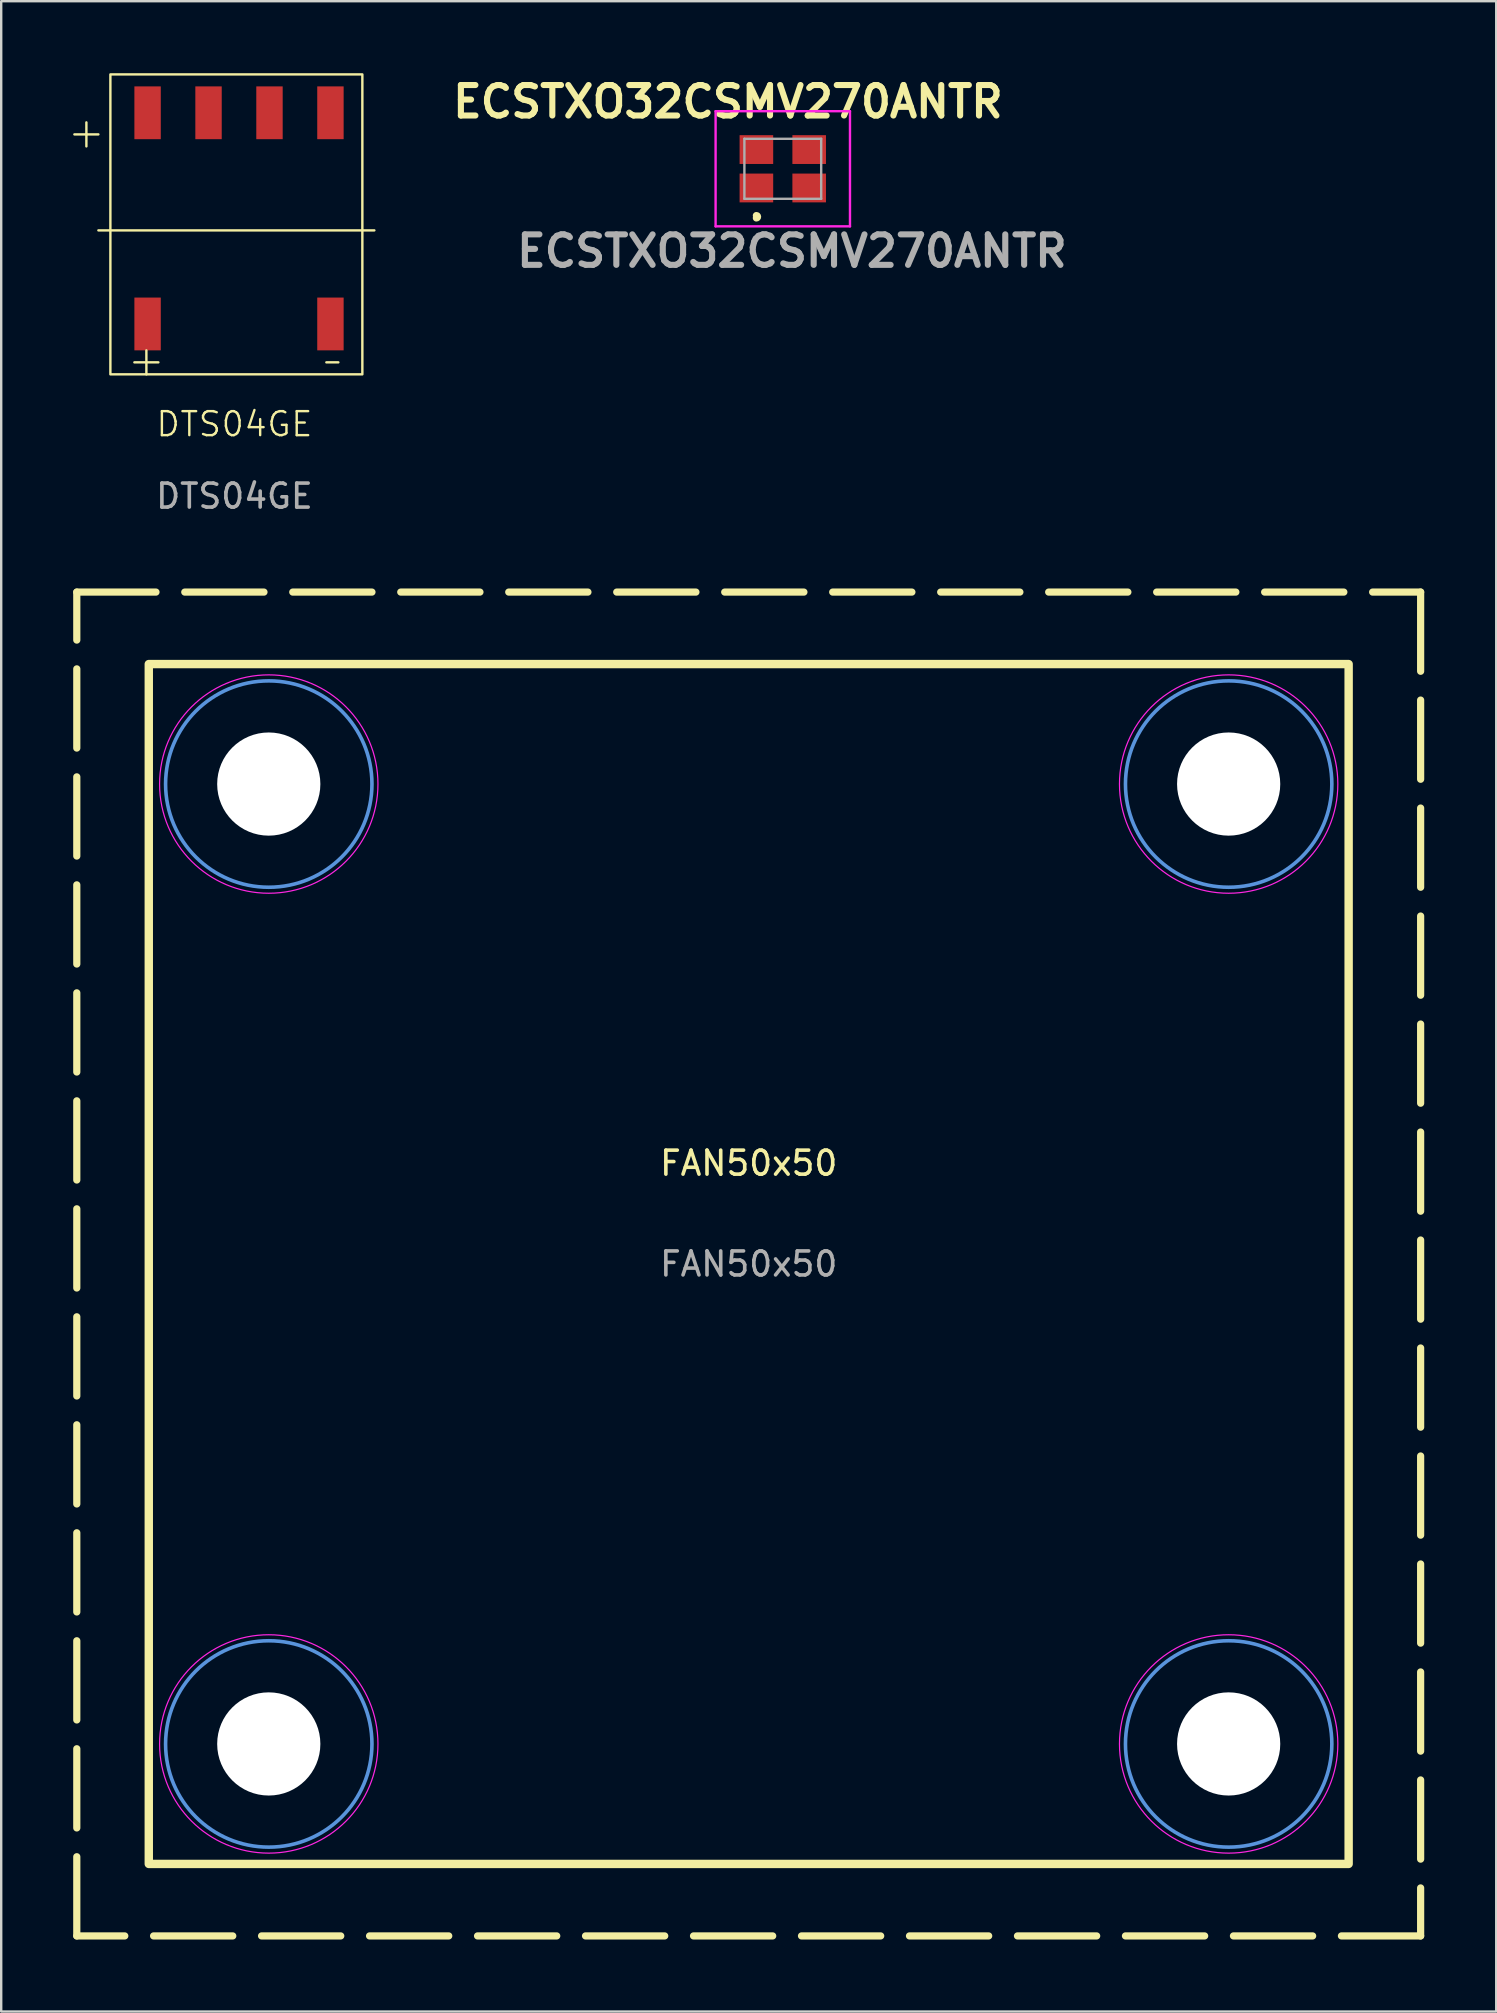
<source format=kicad_pcb>
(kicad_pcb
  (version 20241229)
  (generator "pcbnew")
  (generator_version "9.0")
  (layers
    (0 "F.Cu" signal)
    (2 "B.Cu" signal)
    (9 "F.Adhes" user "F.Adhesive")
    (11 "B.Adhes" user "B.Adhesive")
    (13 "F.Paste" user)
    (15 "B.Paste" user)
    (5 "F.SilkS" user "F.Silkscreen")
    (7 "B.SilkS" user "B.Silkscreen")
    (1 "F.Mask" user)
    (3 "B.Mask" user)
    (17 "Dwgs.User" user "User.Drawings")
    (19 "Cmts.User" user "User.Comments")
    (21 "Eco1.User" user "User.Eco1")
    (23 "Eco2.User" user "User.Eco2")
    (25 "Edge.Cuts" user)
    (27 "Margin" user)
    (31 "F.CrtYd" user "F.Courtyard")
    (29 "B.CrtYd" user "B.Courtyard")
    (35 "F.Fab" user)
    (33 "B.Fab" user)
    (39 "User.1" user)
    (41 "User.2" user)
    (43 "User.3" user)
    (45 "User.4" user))
  (footprint "FAN50x50"
    (layer "F.Cu")
    (at 28.15 49.623)
    (property "Reference" "FAN50x50" (at 0 -4.2 0) (layer "F.SilkS") (effects (font (size 1 1) (thickness 0.15))))
    (attr exclude_from_pos_files exclude_from_bom)
    (fp_rect (start -28 -28) (end 28 28) (stroke (width 0.3) (type dash)) (fill no) (layer "F.SilkS"))
    (fp_rect (start -25 -25) (end 25 25) (stroke (width 0.35) (type default)) (fill no) (layer "F.SilkS"))
    (fp_circle (center -20 -20) (end -15.7 -20) (stroke (width 0.15) (type solid)) (fill no) (layer "Cmts.User"))
    (fp_circle (center -20 20) (end -15.7 20) (stroke (width 0.15) (type solid)) (fill no) (layer "Cmts.User"))
    (fp_circle (center 20 -20) (end 24.3 -20) (stroke (width 0.15) (type solid)) (fill no) (layer "Cmts.User"))
    (fp_circle (center 20 20) (end 24.3 20) (stroke (width 0.15) (type solid)) (fill no) (layer "Cmts.User"))
    (fp_circle (center -20 -20) (end -15.45 -20) (stroke (width 0.05) (type solid)) (fill no) (layer "F.CrtYd"))
    (fp_circle (center -20 20) (end -15.45 20) (stroke (width 0.05) (type solid)) (fill no) (layer "F.CrtYd"))
    (fp_circle (center 20 -20) (end 24.55 -20) (stroke (width 0.05) (type solid)) (fill no) (layer "F.CrtYd"))
    (fp_circle (center 20 20) (end 24.55 20) (stroke (width 0.05) (type solid)) (fill no) (layer "F.CrtYd"))
    (fp_text user "${REFERENCE}" (at 0 0 0) (layer "F.Fab") (effects (font (size 1 1) (thickness 0.15))))
    (pad "" np_thru_hole circle (at -20 -20) (size 4.3 4.3) (drill 4.3) (layers "*.Cu" "*.Mask"))
    (pad "" np_thru_hole circle (at -20 20) (size 4.3 4.3) (drill 4.3) (layers "*.Cu" "*.Mask"))
    (pad "" np_thru_hole circle (at 20 -20) (size 4.3 4.3) (drill 4.3) (layers "*.Cu" "*.Mask"))
    (pad "" np_thru_hole circle (at 20 20) (size 4.3 4.3) (drill 4.3) (layers "*.Cu" "*.Mask")))
  (footprint "ECSTXO32CSMV270ANTR"
    (layer "F.Cu")
    (at 29.57 3.983)
    (property "Reference" "ECSTXO32CSMV270ANTR" (at -2.286 -2.794 0) (layer "F.SilkS") (effects (font (size 1.27 1.27) (thickness 0.254))))
    (attr smd)
    (fp_line (start -1.1 2) (end -1.1 2) (stroke (width 0.1) (type solid)) (layer "F.SilkS"))
    (fp_arc (start -1.1 1.95) (mid -1.05 2) (end -1.1 2.05) (stroke (width 0.3) (type solid)) (layer "F.SilkS"))
    (fp_arc (start -1.1 2.05) (mid -1.15 2) (end -1.1 1.95) (stroke (width 0.1) (type solid)) (layer "F.SilkS"))
    (fp_line (start -2.8 -2.4) (end 2.8 -2.4) (stroke (width 0.1) (type solid)) (layer "F.CrtYd"))
    (fp_line (start -2.8 2.4) (end -2.8 -2.4) (stroke (width 0.1) (type solid)) (layer "F.CrtYd"))
    (fp_line (start 2.8 -2.4) (end 2.8 2.4) (stroke (width 0.1) (type solid)) (layer "F.CrtYd"))
    (fp_line (start 2.8 2.4) (end -2.8 2.4) (stroke (width 0.1) (type solid)) (layer "F.CrtYd"))
    (fp_line (start -1.6 -1.25) (end -1.6 1.25) (stroke (width 0.1) (type solid)) (layer "F.Fab"))
    (fp_line (start -1.6 1.25) (end 1.6 1.25) (stroke (width 0.1) (type solid)) (layer "F.Fab"))
    (fp_line (start 1.6 -1.25) (end -1.6 -1.25) (stroke (width 0.1) (type solid)) (layer "F.Fab"))
    (fp_line (start 1.6 1.25) (end 1.6 -1.25) (stroke (width 0.1) (type solid)) (layer "F.Fab"))
    (fp_text user "${REFERENCE}" (at 0.381 3.429 0) (layer "F.Fab") (effects (font (size 1.27 1.27) (thickness 0.254))))
    (pad "1" smd rect (at -1.1 0.8 90) (size 1.2 1.4) (layers "F.Cu" "F.Mask" "F.Paste"))
    (pad "2" smd rect (at 1.1 0.8 90) (size 1.2 1.4) (layers "F.Cu" "F.Mask" "F.Paste"))
    (pad "3" smd rect (at 1.1 -0.8 90) (size 1.2 1.4) (layers "F.Cu" "F.Mask" "F.Paste"))
    (pad "4" smd rect (at -1.1 -0.8 90) (size 1.2 1.4) (layers "F.Cu" "F.Mask" "F.Paste")))
  (footprint "DTS04GE"
    (layer "F.Cu")
    (at 6.72 6.625)
    (property "Reference" "DTS04GE" (at 0 8 0) (unlocked yes) (layer "F.SilkS") (effects (font (size 1 1) (thickness 0.1))))
    (attr smd)
    (fp_line (start -6.17 -4.575) (end -6.17 -3.575) (stroke (width 0.1) (type default)) (layer "F.SilkS"))
    (fp_line (start -6.17 -4.075) (end -6.67 -4.075) (stroke (width 0.1) (type default)) (layer "F.SilkS"))
    (fp_line (start -5.67 -4.075) (end -6.17 -4.075) (stroke (width 0.1) (type default)) (layer "F.SilkS"))
    (fp_line (start -5.67 -0.075) (end 5.83 -0.075) (stroke (width 0.1) (type default)) (layer "F.SilkS"))
    (fp_line (start -3.67 5.925) (end -3.67 4.925) (stroke (width 0.1) (type default)) (layer "F.SilkS"))
    (fp_line (start -3.17 5.425) (end -4.17 5.425) (stroke (width 0.1) (type default)) (layer "F.SilkS"))
    (fp_line (start 4.33 5.425) (end 3.83 5.425) (stroke (width 0.1) (type default)) (layer "F.SilkS"))
    (fp_rect (start -5.17 -6.575) (end 5.33 5.925) (stroke (width 0.1) (type default)) (fill no) (layer "F.SilkS"))
    (fp_text user "${REFERENCE}" (at 0 11 0) (unlocked yes) (layer "F.Fab") (effects (font (size 1 1) (thickness 0.15))))
    (pad "1" smd rect (at -3.62 -4.975) (size 1.1 2.2) (layers "F.Cu" "F.Mask" "F.Paste"))
    (pad "2" smd rect (at -1.08 -4.975) (size 1.1 2.2) (layers "F.Cu" "F.Mask" "F.Paste"))
    (pad "3" smd rect (at 1.46 -4.975) (size 1.1 2.2) (layers "F.Cu" "F.Mask" "F.Paste"))
    (pad "4" smd rect (at 4 -4.975) (size 1.1 2.2) (layers "F.Cu" "F.Mask" "F.Paste"))
    (pad "5" smd rect (at 4 3.825) (size 1.1 2.2) (layers "F.Cu" "F.Mask" "F.Paste"))
    (pad "6" smd rect (at -3.62 3.825) (size 1.1 2.2) (layers "F.Cu" "F.Mask" "F.Paste")))
  (gr_rect
    (start -3 -3)
    (end 59.3 80.773)
    (stroke (width 0.1) (type default))
    (fill no)
    (layer "Edge.Cuts")))
</source>
